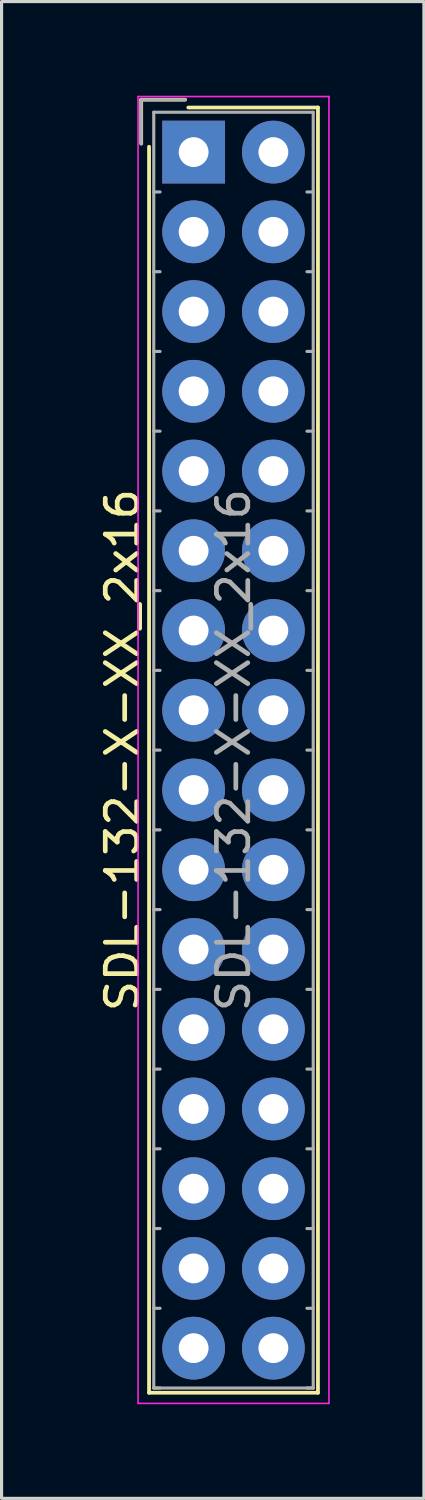
<source format=kicad_pcb>
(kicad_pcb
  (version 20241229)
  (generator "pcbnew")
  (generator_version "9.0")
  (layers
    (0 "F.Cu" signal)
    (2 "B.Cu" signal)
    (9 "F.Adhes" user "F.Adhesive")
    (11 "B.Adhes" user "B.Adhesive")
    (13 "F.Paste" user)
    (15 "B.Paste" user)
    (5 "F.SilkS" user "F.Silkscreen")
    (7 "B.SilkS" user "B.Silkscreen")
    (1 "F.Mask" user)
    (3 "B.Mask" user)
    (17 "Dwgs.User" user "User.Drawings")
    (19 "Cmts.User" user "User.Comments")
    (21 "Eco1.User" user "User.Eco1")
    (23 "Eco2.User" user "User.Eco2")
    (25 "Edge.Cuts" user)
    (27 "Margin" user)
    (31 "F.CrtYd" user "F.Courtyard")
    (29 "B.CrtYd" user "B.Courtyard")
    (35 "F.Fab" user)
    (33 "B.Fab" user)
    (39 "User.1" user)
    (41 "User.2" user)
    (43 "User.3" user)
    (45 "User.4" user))
  (footprint "SDL-132-X-XX_2x16"
    (layer "F.Cu")
    (at 3.118 1.795)
    (property "Reference" "SDL-132-X-XX_2x16" (at -2.27 19.05 90) (layer "F.SilkS") (effects (font (size 1 1) (thickness 0.15))))
    (attr through_hole)
    (fp_line (start -1.67 -1.67) (end -1.67 -0.27) (stroke (width 0.12) (type solid)) (layer "F.SilkS"))
    (fp_line (start -1.42 39.52) (end -1.42 -0.17) (stroke (width 0.12) (type solid)) (layer "F.SilkS"))
    (fp_line (start -0.27 -1.67) (end -1.67 -1.67) (stroke (width 0.12) (type solid)) (layer "F.SilkS"))
    (fp_line (start -0.17 -1.42) (end 3.96 -1.42) (stroke (width 0.12) (type solid)) (layer "F.SilkS"))
    (fp_line (start 3.96 -1.42) (end 3.96 39.52) (stroke (width 0.12) (type solid)) (layer "F.SilkS"))
    (fp_line (start 3.96 39.52) (end -1.42 39.52) (stroke (width 0.12) (type solid)) (layer "F.SilkS"))
    (fp_line (start -1.77 -1.77) (end -1.77 39.86) (stroke (width 0.05) (type solid)) (layer "F.CrtYd"))
    (fp_line (start -1.77 39.86) (end 4.31 39.86) (stroke (width 0.05) (type solid)) (layer "F.CrtYd"))
    (fp_line (start 4.31 -1.77) (end -1.77 -1.77) (stroke (width 0.05) (type solid)) (layer "F.CrtYd"))
    (fp_line (start 4.31 39.86) (end 4.31 -1.77) (stroke (width 0.05) (type solid)) (layer "F.CrtYd"))
    (fp_line (start -1.67 -1.67) (end -1.67 -0.27) (stroke (width 0.1) (type solid)) (layer "F.Fab"))
    (fp_line (start -1.27 -1.27) (end -1.27 39.37) (stroke (width 0.1) (type solid)) (layer "F.Fab"))
    (fp_line (start -1.27 1.27) (end -1.07 1.27) (stroke (width 0.1) (type solid)) (layer "F.Fab"))
    (fp_line (start -1.27 3.81) (end -1.07 3.81) (stroke (width 0.1) (type solid)) (layer "F.Fab"))
    (fp_line (start -1.27 6.35) (end -1.07 6.35) (stroke (width 0.1) (type solid)) (layer "F.Fab"))
    (fp_line (start -1.27 8.89) (end -1.07 8.89) (stroke (width 0.1) (type solid)) (layer "F.Fab"))
    (fp_line (start -1.27 11.43) (end -1.07 11.43) (stroke (width 0.1) (type solid)) (layer "F.Fab"))
    (fp_line (start -1.27 13.97) (end -1.07 13.97) (stroke (width 0.1) (type solid)) (layer "F.Fab"))
    (fp_line (start -1.27 16.51) (end -1.07 16.51) (stroke (width 0.1) (type solid)) (layer "F.Fab"))
    (fp_line (start -1.27 19.05) (end -1.07 19.05) (stroke (width 0.1) (type solid)) (layer "F.Fab"))
    (fp_line (start -1.27 21.59) (end -1.07 21.59) (stroke (width 0.1) (type solid)) (layer "F.Fab"))
    (fp_line (start -1.27 24.13) (end -1.07 24.13) (stroke (width 0.1) (type solid)) (layer "F.Fab"))
    (fp_line (start -1.27 26.67) (end -1.07 26.67) (stroke (width 0.1) (type solid)) (layer "F.Fab"))
    (fp_line (start -1.27 29.21) (end -1.07 29.21) (stroke (width 0.1) (type solid)) (layer "F.Fab"))
    (fp_line (start -1.27 31.75) (end -1.07 31.75) (stroke (width 0.1) (type solid)) (layer "F.Fab"))
    (fp_line (start -1.27 34.29) (end -1.07 34.29) (stroke (width 0.1) (type solid)) (layer "F.Fab"))
    (fp_line (start -1.27 36.83) (end -1.07 36.83) (stroke (width 0.1) (type solid)) (layer "F.Fab"))
    (fp_line (start -1.27 39.37) (end -1.07 39.37) (stroke (width 0.1) (type solid)) (layer "F.Fab"))
    (fp_line (start -1.27 39.37) (end 3.81 39.37) (stroke (width 0.1) (type solid)) (layer "F.Fab"))
    (fp_line (start -0.27 -1.67) (end -1.67 -1.67) (stroke (width 0.1) (type solid)) (layer "F.Fab"))
    (fp_line (start 3.81 -1.27) (end -1.27 -1.27) (stroke (width 0.1) (type solid)) (layer "F.Fab"))
    (fp_line (start 3.81 1.27) (end 3.61 1.27) (stroke (width 0.1) (type solid)) (layer "F.Fab"))
    (fp_line (start 3.81 3.81) (end 3.61 3.81) (stroke (width 0.1) (type solid)) (layer "F.Fab"))
    (fp_line (start 3.81 6.35) (end 3.61 6.35) (stroke (width 0.1) (type solid)) (layer "F.Fab"))
    (fp_line (start 3.81 8.89) (end 3.61 8.89) (stroke (width 0.1) (type solid)) (layer "F.Fab"))
    (fp_line (start 3.81 11.43) (end 3.61 11.43) (stroke (width 0.1) (type solid)) (layer "F.Fab"))
    (fp_line (start 3.81 13.97) (end 3.61 13.97) (stroke (width 0.1) (type solid)) (layer "F.Fab"))
    (fp_line (start 3.81 16.51) (end 3.61 16.51) (stroke (width 0.1) (type solid)) (layer "F.Fab"))
    (fp_line (start 3.81 19.05) (end 3.61 19.05) (stroke (width 0.1) (type solid)) (layer "F.Fab"))
    (fp_line (start 3.81 21.59) (end 3.61 21.59) (stroke (width 0.1) (type solid)) (layer "F.Fab"))
    (fp_line (start 3.81 24.13) (end 3.61 24.13) (stroke (width 0.1) (type solid)) (layer "F.Fab"))
    (fp_line (start 3.81 26.67) (end 3.61 26.67) (stroke (width 0.1) (type solid)) (layer "F.Fab"))
    (fp_line (start 3.81 29.21) (end 3.61 29.21) (stroke (width 0.1) (type solid)) (layer "F.Fab"))
    (fp_line (start 3.81 31.75) (end 3.61 31.75) (stroke (width 0.1) (type solid)) (layer "F.Fab"))
    (fp_line (start 3.81 34.29) (end 3.61 34.29) (stroke (width 0.1) (type solid)) (layer "F.Fab"))
    (fp_line (start 3.81 36.83) (end 3.61 36.83) (stroke (width 0.1) (type solid)) (layer "F.Fab"))
    (fp_line (start 3.81 39.37) (end 3.61 39.37) (stroke (width 0.1) (type solid)) (layer "F.Fab"))
    (fp_line (start 3.81 39.37) (end 3.81 -1.27) (stroke (width 0.1) (type solid)) (layer "F.Fab"))
    (fp_text user "${REFERENCE}" (at 1.27 19.05 90) (layer "F.Fab") (effects (font (size 1 1) (thickness 0.15))))
    (pad "1" thru_hole rect (at 0 0) (size 2 2) (drill 0.95) (layers "*.Cu" "*.Mask"))
    (pad "2" thru_hole circle (at 2.54 0) (size 2 2) (drill 0.95) (layers "*.Cu" "*.Mask"))
    (pad "3" thru_hole circle (at 0 2.54) (size 2 2) (drill 0.95) (layers "*.Cu" "*.Mask"))
    (pad "4" thru_hole circle (at 2.54 2.54) (size 2 2) (drill 0.95) (layers "*.Cu" "*.Mask"))
    (pad "5" thru_hole circle (at 0 5.08) (size 2 2) (drill 0.95) (layers "*.Cu" "*.Mask"))
    (pad "6" thru_hole circle (at 2.54 5.08) (size 2 2) (drill 0.95) (layers "*.Cu" "*.Mask"))
    (pad "7" thru_hole circle (at 0 7.62) (size 2 2) (drill 0.95) (layers "*.Cu" "*.Mask"))
    (pad "8" thru_hole circle (at 2.54 7.62) (size 2 2) (drill 0.95) (layers "*.Cu" "*.Mask"))
    (pad "9" thru_hole circle (at 0 10.16) (size 2 2) (drill 0.95) (layers "*.Cu" "*.Mask"))
    (pad "10" thru_hole circle (at 2.54 10.16) (size 2 2) (drill 0.95) (layers "*.Cu" "*.Mask"))
    (pad "11" thru_hole circle (at 0 12.7) (size 2 2) (drill 0.95) (layers "*.Cu" "*.Mask"))
    (pad "12" thru_hole circle (at 2.54 12.7) (size 2 2) (drill 0.95) (layers "*.Cu" "*.Mask"))
    (pad "13" thru_hole circle (at 0 15.24) (size 2 2) (drill 0.95) (layers "*.Cu" "*.Mask"))
    (pad "14" thru_hole circle (at 2.54 15.24) (size 2 2) (drill 0.95) (layers "*.Cu" "*.Mask"))
    (pad "15" thru_hole circle (at 0 17.78) (size 2 2) (drill 0.95) (layers "*.Cu" "*.Mask"))
    (pad "16" thru_hole circle (at 2.54 17.78) (size 2 2) (drill 0.95) (layers "*.Cu" "*.Mask"))
    (pad "17" thru_hole circle (at 0 20.32) (size 2 2) (drill 0.95) (layers "*.Cu" "*.Mask"))
    (pad "18" thru_hole circle (at 2.54 20.32) (size 2 2) (drill 0.95) (layers "*.Cu" "*.Mask"))
    (pad "19" thru_hole circle (at 0 22.86) (size 2 2) (drill 0.95) (layers "*.Cu" "*.Mask"))
    (pad "20" thru_hole circle (at 2.54 22.86) (size 2 2) (drill 0.95) (layers "*.Cu" "*.Mask"))
    (pad "21" thru_hole circle (at 0 25.4) (size 2 2) (drill 0.95) (layers "*.Cu" "*.Mask"))
    (pad "22" thru_hole circle (at 2.54 25.4) (size 2 2) (drill 0.95) (layers "*.Cu" "*.Mask"))
    (pad "23" thru_hole circle (at 0 27.94) (size 2 2) (drill 0.95) (layers "*.Cu" "*.Mask"))
    (pad "24" thru_hole circle (at 2.54 27.94) (size 2 2) (drill 0.95) (layers "*.Cu" "*.Mask"))
    (pad "25" thru_hole circle (at 0 30.48) (size 2 2) (drill 0.95) (layers "*.Cu" "*.Mask"))
    (pad "26" thru_hole circle (at 2.54 30.48) (size 2 2) (drill 0.95) (layers "*.Cu" "*.Mask"))
    (pad "27" thru_hole circle (at 0 33.02) (size 2 2) (drill 0.95) (layers "*.Cu" "*.Mask"))
    (pad "28" thru_hole circle (at 2.54 33.02) (size 2 2) (drill 0.95) (layers "*.Cu" "*.Mask"))
    (pad "29" thru_hole circle (at 0 35.56) (size 2 2) (drill 0.95) (layers "*.Cu" "*.Mask"))
    (pad "30" thru_hole circle (at 2.54 35.56) (size 2 2) (drill 0.95) (layers "*.Cu" "*.Mask"))
    (pad "31" thru_hole circle (at 0 38.1) (size 2 2) (drill 0.95) (layers "*.Cu" "*.Mask"))
    (pad "32" thru_hole circle (at 2.54 38.1) (size 2 2) (drill 0.95) (layers "*.Cu" "*.Mask")))
  (gr_rect
    (start -3 -3)
    (end 10.453 44.68)
    (stroke (width 0.1) (type default))
    (fill no)
    (layer "Edge.Cuts")))
</source>
